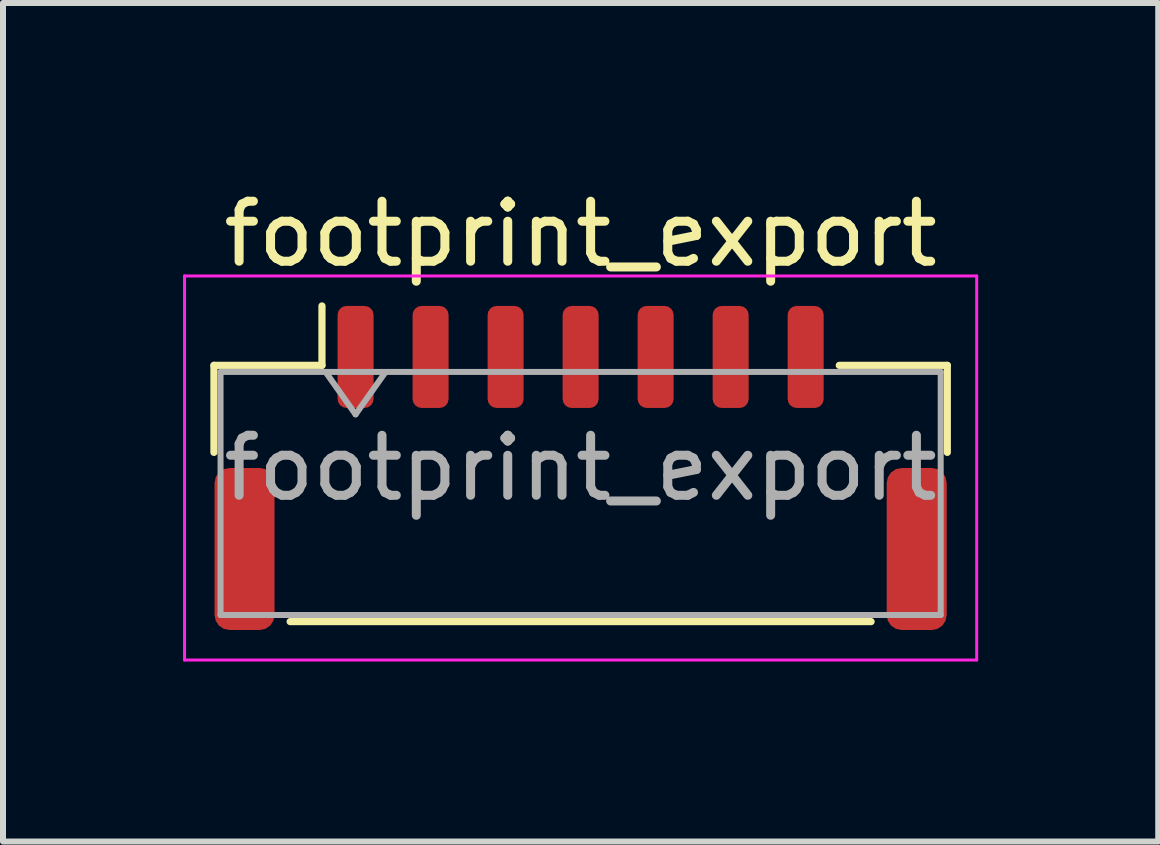
<source format=kicad_pcb>
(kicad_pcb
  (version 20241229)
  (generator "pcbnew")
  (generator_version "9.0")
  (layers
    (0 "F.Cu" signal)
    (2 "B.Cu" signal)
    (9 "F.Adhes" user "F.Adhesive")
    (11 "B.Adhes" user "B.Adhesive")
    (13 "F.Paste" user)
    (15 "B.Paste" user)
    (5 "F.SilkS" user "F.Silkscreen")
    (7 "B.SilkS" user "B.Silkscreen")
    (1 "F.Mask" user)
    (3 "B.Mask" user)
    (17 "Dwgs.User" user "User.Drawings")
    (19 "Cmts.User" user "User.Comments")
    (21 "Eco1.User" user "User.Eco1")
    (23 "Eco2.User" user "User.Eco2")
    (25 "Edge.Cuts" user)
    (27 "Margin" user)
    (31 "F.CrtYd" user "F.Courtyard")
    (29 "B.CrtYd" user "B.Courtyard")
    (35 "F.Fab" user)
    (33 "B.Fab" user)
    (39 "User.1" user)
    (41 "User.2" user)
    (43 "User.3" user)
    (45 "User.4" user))
  (footprint "footprint_export"
    (layer "F.Cu")
    (at 6.625 4.748)
    (property "Reference" "footprint_export" (at 0 -3.9 0) (layer "F.SilkS") (effects (font (size 1 1) (thickness 0.15))))
    (attr smd)
    (fp_line (start -6.11 -1.71) (end -4.31 -1.71) (stroke (width 0.12) (type solid)) (layer "F.SilkS"))
    (fp_line (start -6.11 -0.26) (end -6.11 -1.71) (stroke (width 0.12) (type solid)) (layer "F.SilkS"))
    (fp_line (start -4.84 2.56) (end 4.84 2.56) (stroke (width 0.12) (type solid)) (layer "F.SilkS"))
    (fp_line (start -4.31 -1.71) (end -4.31 -2.7) (stroke (width 0.12) (type solid)) (layer "F.SilkS"))
    (fp_line (start 6.11 -1.71) (end 4.31 -1.71) (stroke (width 0.12) (type solid)) (layer "F.SilkS"))
    (fp_line (start 6.11 -0.26) (end 6.11 -1.71) (stroke (width 0.12) (type solid)) (layer "F.SilkS"))
    (fp_line (start -6.6 -3.2) (end -6.6 3.2) (stroke (width 0.05) (type solid)) (layer "F.CrtYd"))
    (fp_line (start -6.6 3.2) (end 6.6 3.2) (stroke (width 0.05) (type solid)) (layer "F.CrtYd"))
    (fp_line (start 6.6 -3.2) (end -6.6 -3.2) (stroke (width 0.05) (type solid)) (layer "F.CrtYd"))
    (fp_line (start 6.6 3.2) (end 6.6 -3.2) (stroke (width 0.05) (type solid)) (layer "F.CrtYd"))
    (fp_line (start -6 -1.6) (end -6 2.45) (stroke (width 0.1) (type solid)) (layer "F.Fab"))
    (fp_line (start -6 -1.6) (end 6 -1.6) (stroke (width 0.1) (type solid)) (layer "F.Fab"))
    (fp_line (start -6 2.45) (end 6 2.45) (stroke (width 0.1) (type solid)) (layer "F.Fab"))
    (fp_line (start -4.25 -1.6) (end -3.75 -0.893) (stroke (width 0.1) (type solid)) (layer "F.Fab"))
    (fp_line (start -3.75 -0.893) (end -3.25 -1.6) (stroke (width 0.1) (type solid)) (layer "F.Fab"))
    (fp_line (start 6 -1.6) (end 6 2.45) (stroke (width 0.1) (type solid)) (layer "F.Fab"))
    (fp_text user "${REFERENCE}" (at 0 0 0) (layer "F.Fab") (effects (font (size 1 1) (thickness 0.15))))
    (pad "1" smd roundrect (at -3.75 -1.85) (size 0.6 1.7) (layers "F.Cu" "F.Mask" "F.Paste") (roundrect_rratio 0.25))
    (pad "2" smd roundrect (at -2.5 -1.85) (size 0.6 1.7) (layers "F.Cu" "F.Mask" "F.Paste") (roundrect_rratio 0.25))
    (pad "3" smd roundrect (at -1.25 -1.85) (size 0.6 1.7) (layers "F.Cu" "F.Mask" "F.Paste") (roundrect_rratio 0.25))
    (pad "4" smd roundrect (at 0 -1.85) (size 0.6 1.7) (layers "F.Cu" "F.Mask" "F.Paste") (roundrect_rratio 0.25))
    (pad "5" smd roundrect (at 1.25 -1.85) (size 0.6 1.7) (layers "F.Cu" "F.Mask" "F.Paste") (roundrect_rratio 0.25))
    (pad "6" smd roundrect (at 2.5 -1.85) (size 0.6 1.7) (layers "F.Cu" "F.Mask" "F.Paste") (roundrect_rratio 0.25))
    (pad "7" smd roundrect (at 3.75 -1.85) (size 0.6 1.7) (layers "F.Cu" "F.Mask" "F.Paste") (roundrect_rratio 0.25))
    (pad "MP" smd roundrect (at -5.6 1.35) (size 1 2.7) (layers "F.Cu" "F.Mask" "F.Paste") (roundrect_rratio 0.25))
    (pad "MP" smd roundrect (at 5.6 1.35) (size 1 2.7) (layers "F.Cu" "F.Mask" "F.Paste") (roundrect_rratio 0.25)))
  (gr_rect
    (start -3 -3)
    (end 16.25 10.973)
    (stroke (width 0.1) (type default))
    (fill no)
    (layer "Edge.Cuts")))
</source>
